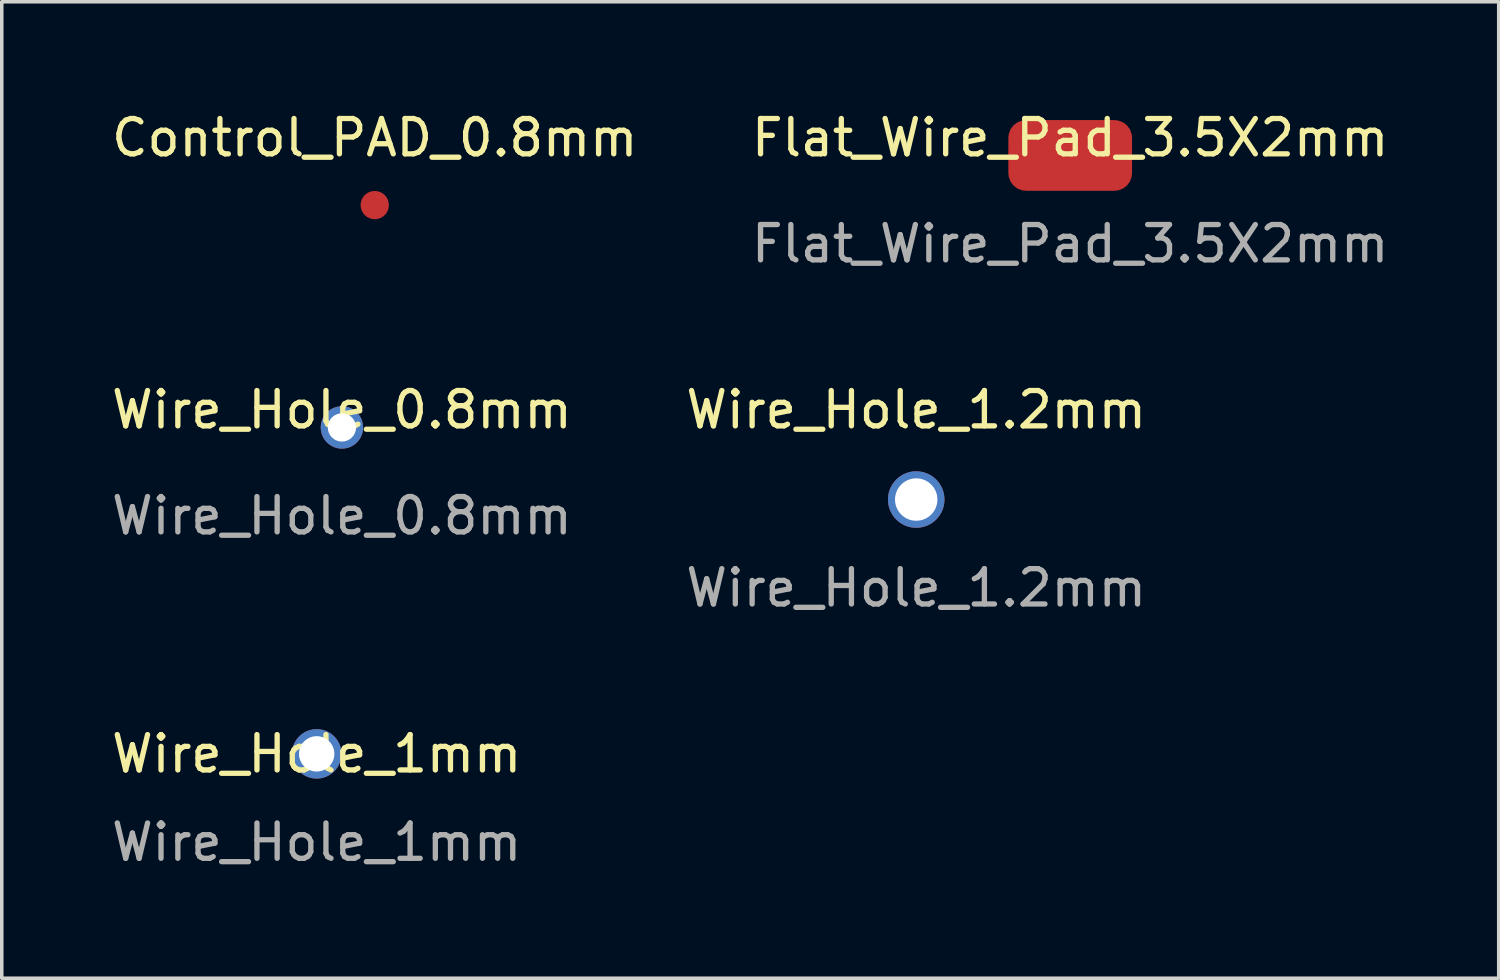
<source format=kicad_pcb>
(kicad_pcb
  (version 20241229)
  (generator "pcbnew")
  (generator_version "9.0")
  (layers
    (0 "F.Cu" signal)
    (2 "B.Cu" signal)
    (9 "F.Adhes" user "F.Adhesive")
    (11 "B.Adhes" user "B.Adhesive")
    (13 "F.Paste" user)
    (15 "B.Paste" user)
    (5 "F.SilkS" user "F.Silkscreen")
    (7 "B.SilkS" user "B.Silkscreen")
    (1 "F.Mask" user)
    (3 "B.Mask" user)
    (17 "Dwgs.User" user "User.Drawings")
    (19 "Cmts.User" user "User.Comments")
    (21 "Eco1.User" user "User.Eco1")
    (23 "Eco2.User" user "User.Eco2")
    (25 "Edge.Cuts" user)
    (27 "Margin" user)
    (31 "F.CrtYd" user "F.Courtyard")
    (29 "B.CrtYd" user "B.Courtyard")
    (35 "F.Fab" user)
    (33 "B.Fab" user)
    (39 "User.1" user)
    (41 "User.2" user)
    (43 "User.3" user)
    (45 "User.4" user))
  (footprint "Control_PAD_0.8mm"
    (layer "F.Cu")
    (at 7.554 2.753)
    (property "Reference" "Control_PAD_0.8mm" (at 0 -1.905 0) (unlocked yes) (layer "F.SilkS") (effects (font (size 1 1) (thickness 0.15))))
    (attr smd)
    (pad "1" smd circle (at 0 0) (size 0.8 0.8) (layers "F.Cu" "F.Mask" "F.Paste")))
  (footprint "Wire_Hole_1mm"
    (layer "F.Cu")
    (at 5.911 18.281)
    (property "Reference" "Wire_Hole_1mm" (at 0 0 0) (unlocked yes) (layer "F.SilkS") (effects (font (size 1 1) (thickness 0.15))))
    (attr smd)
    (fp_text user "${REFERENCE}" (at 0 2.5 0) (unlocked yes) (layer "F.Fab") (effects (font (size 1 1) (thickness 0.15))))
    (pad "1" thru_hole circle (at 0 0) (size 1.4 1.4) (drill 1) (layers "*.Cu" "*.Mask")))
  (footprint "Wire_Hole_0.8mm"
    (layer "F.Cu")
    (at 6.625 9.045)
    (property "Reference" "Wire_Hole_0.8mm" (at 0 -0.5 0) (unlocked yes) (layer "F.SilkS") (effects (font (size 1 1) (thickness 0.15))))
    (attr smd)
    (fp_text user "${REFERENCE}" (at 0 2.5 0) (unlocked yes) (layer "F.Fab") (effects (font (size 1 1) (thickness 0.15))))
    (pad "1" thru_hole circle (at 0 0) (size 1.2 1.2) (drill 0.8) (layers "*.Cu" "*.Mask")))
  (footprint "Flat_Wire_Pad_3.5X2mm"
    (layer "F.Cu")
    (at 27.232 1.348)
    (property "Reference" "Flat_Wire_Pad_3.5X2mm" (at 0 -0.5 0) (unlocked yes) (layer "F.SilkS") (effects (font (size 1 1) (thickness 0.15))))
    (attr smd)
    (fp_text user "${REFERENCE}" (at 0 2.5 0) (unlocked yes) (layer "F.Fab") (effects (font (size 1 1) (thickness 0.15))))
    (pad "1" smd roundrect (at 0 0) (size 3.5 2) (layers "F.Cu" "F.Mask" "F.Paste") (roundrect_rratio 0.25)))
  (footprint "Wire_Hole_1.2mm"
    (layer "F.Cu")
    (at 22.875 11.085)
    (property "Reference" "Wire_Hole_1.2mm" (at 0 -2.54 0) (unlocked yes) (layer "F.SilkS") (effects (font (size 1 1) (thickness 0.15))))
    (attr smd)
    (fp_text user "${REFERENCE}" (at 0 2.5 0) (unlocked yes) (layer "F.Fab") (effects (font (size 1 1) (thickness 0.15))))
    (pad "1" thru_hole circle (at 0 0) (size 1.6 1.6) (drill 1.2) (layers "*.Cu" "*.Mask")))
  (gr_rect
    (start -3 -3)
    (end 39.357 24.63)
    (stroke (width 0.1) (type default))
    (fill no)
    (layer "Edge.Cuts")))
</source>
